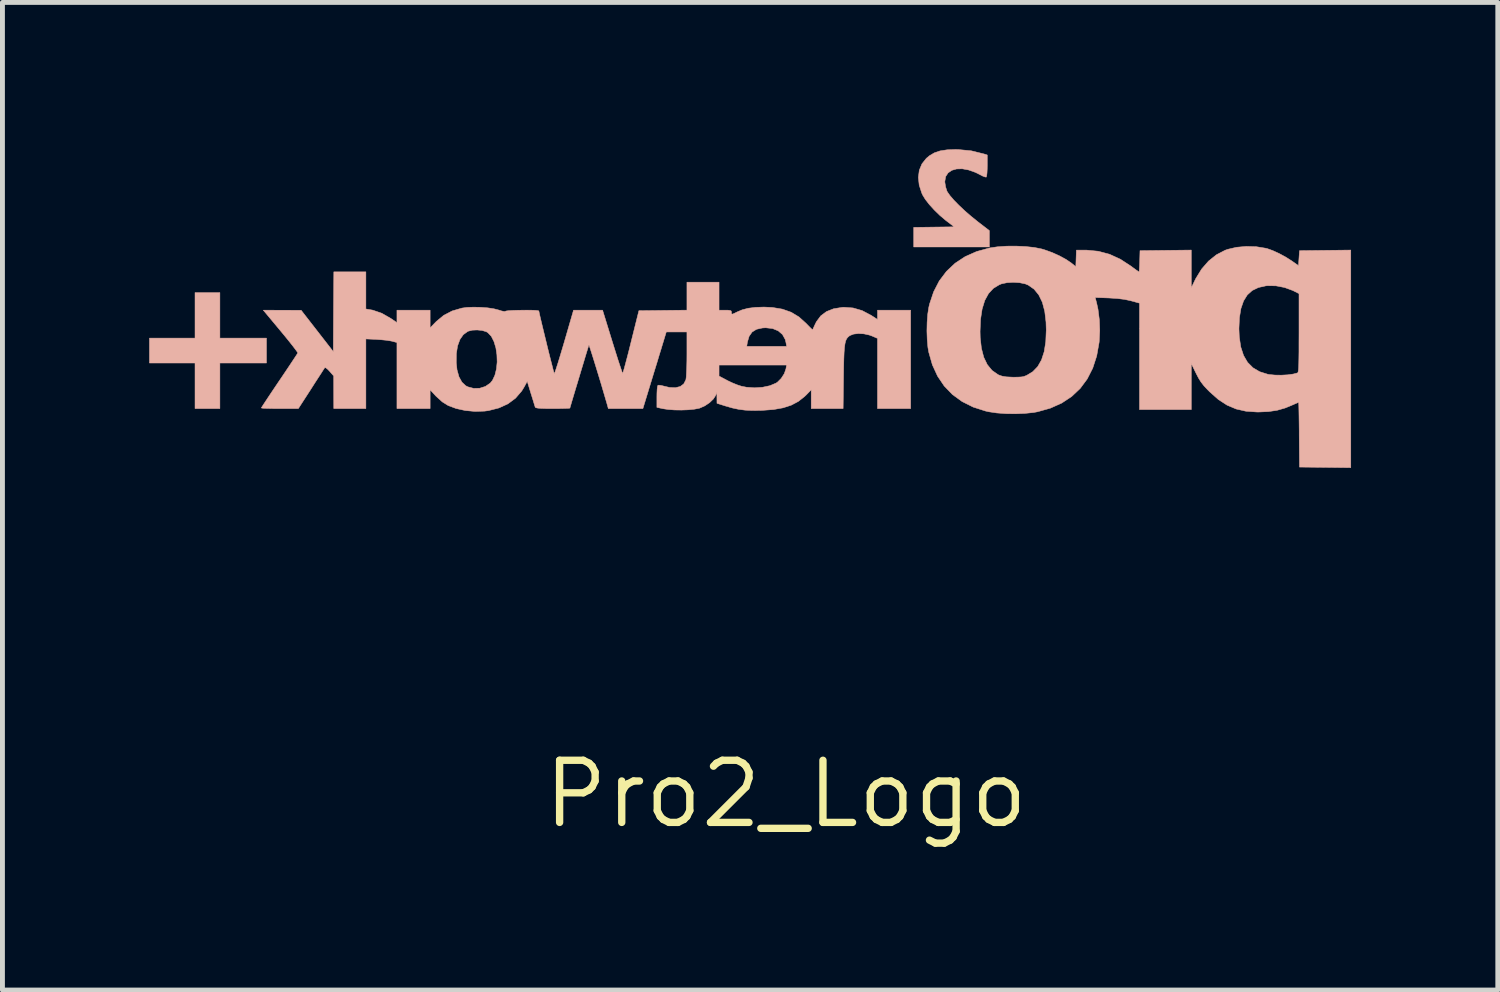
<source format=kicad_pcb>
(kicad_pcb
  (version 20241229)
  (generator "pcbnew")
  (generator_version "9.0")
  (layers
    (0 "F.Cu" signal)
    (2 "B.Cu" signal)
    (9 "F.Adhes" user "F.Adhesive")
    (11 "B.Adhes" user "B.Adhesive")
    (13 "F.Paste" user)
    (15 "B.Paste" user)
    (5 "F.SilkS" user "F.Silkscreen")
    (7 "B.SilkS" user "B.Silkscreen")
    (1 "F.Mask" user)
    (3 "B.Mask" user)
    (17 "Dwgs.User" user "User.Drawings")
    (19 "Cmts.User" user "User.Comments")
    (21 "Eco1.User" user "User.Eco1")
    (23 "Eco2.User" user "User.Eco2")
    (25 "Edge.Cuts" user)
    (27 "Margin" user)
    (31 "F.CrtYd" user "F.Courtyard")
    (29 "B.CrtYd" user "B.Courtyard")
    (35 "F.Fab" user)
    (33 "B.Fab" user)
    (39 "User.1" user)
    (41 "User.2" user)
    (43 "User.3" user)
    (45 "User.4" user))
  (footprint "Pro2_Logo"
    (layer "F.Cu")
    (at 12.514 5.179)
    (property "Reference" "Pro2_Logo" (at 0.5 8 0) (layer "F.SilkS") (effects (font (size 1.27 1.27) (thickness 0.15))))
    (attr through_hole)
    (fp_poly (pts (xy -11.578 -1.318) (xy -12.509 -1.318) (xy -12.509 -0.81) (xy -11.578 -0.81) (xy -11.578 0.121) (xy -11.07 0.121) (xy -11.07 -0.81) (xy -10.118 -0.81) (xy -10.118 -1.318) (xy -11.07 -1.318) (xy -11.07 -2.249) (xy -11.578 -2.249) (xy -11.578 -1.318)) (stroke (width 0.01) (type solid)) (fill yes) (layer "B.SilkS"))
    (fp_poly (pts (xy 3.792 -5.167) (xy 3.65 -5.145) (xy 3.532 -5.105) (xy 3.431 -5.045) (xy 3.369 -4.993) (xy 3.28 -4.881) (xy 3.225 -4.75) (xy 3.206 -4.603) (xy 3.223 -4.445) (xy 3.276 -4.282) (xy 3.295 -4.241) (xy 3.349 -4.153) (xy 3.43 -4.049) (xy 3.531 -3.938) (xy 3.644 -3.828) (xy 3.762 -3.728) (xy 3.792 -3.705) (xy 3.938 -3.593) (xy 3.111 -3.582) (xy 3.111 -3.181) (xy 4.657 -3.181) (xy 4.657 -3.516) (xy 4.429 -3.691) (xy 4.289 -3.804) (xy 4.156 -3.919) (xy 4.036 -4.032) (xy 3.933 -4.137) (xy 3.853 -4.23) (xy 3.8 -4.305) (xy 3.79 -4.324) (xy 3.763 -4.408) (xy 3.748 -4.5) (xy 3.747 -4.521) (xy 3.764 -4.62) (xy 3.813 -4.695) (xy 3.889 -4.748) (xy 3.987 -4.776) (xy 4.104 -4.779) (xy 4.234 -4.755) (xy 4.374 -4.705) (xy 4.462 -4.661) (xy 4.524 -4.629) (xy 4.573 -4.611) (xy 4.594 -4.61) (xy 4.602 -4.635) (xy 4.609 -4.693) (xy 4.613 -4.774) (xy 4.614 -4.842) (xy 4.614 -5.061) (xy 4.546 -5.083) (xy 4.286 -5.147) (xy 4.016 -5.173) (xy 3.967 -5.174) (xy 3.792 -5.167)) (stroke (width 0.01) (type solid)) (fill yes) (layer "B.SilkS"))
    (fp_poly (pts (xy 5.009 -3.198) (xy 4.823 -3.185) (xy 4.66 -3.161) (xy 4.657 -3.16) (xy 4.396 -3.088) (xy 4.162 -2.984) (xy 3.956 -2.848) (xy 3.78 -2.682) (xy 3.633 -2.487) (xy 3.518 -2.264) (xy 3.434 -2.013) (xy 3.418 -1.941) (xy 3.397 -1.804) (xy 3.385 -1.641) (xy 3.381 -1.464) (xy 3.387 -1.29) (xy 3.401 -1.131) (xy 3.418 -1.032) (xy 3.492 -0.773) (xy 3.598 -0.542) (xy 3.735 -0.339) (xy 3.903 -0.165) (xy 4.1 -0.022) (xy 4.326 0.091) (xy 4.579 0.172) (xy 4.646 0.187) (xy 4.806 0.211) (xy 4.992 0.225) (xy 5.189 0.228) (xy 5.383 0.22) (xy 5.559 0.202) (xy 5.641 0.187) (xy 5.902 0.114) (xy 6.135 0.01) (xy 6.339 -0.125) (xy 6.513 -0.289) (xy 6.657 -0.483) (xy 6.77 -0.705) (xy 6.851 -0.954) (xy 6.9 -1.23) (xy 6.902 -1.249) (xy 6.913 -1.468) (xy 6.913 -1.483) (xy 5.82 -1.483) (xy 5.81 -1.245) (xy 5.778 -1.042) (xy 5.723 -0.873) (xy 5.645 -0.736) (xy 5.543 -0.631) (xy 5.417 -0.555) (xy 5.355 -0.532) (xy 5.31 -0.525) (xy 5.237 -0.521) (xy 5.147 -0.52) (xy 5.112 -0.521) (xy 5 -0.527) (xy 4.918 -0.541) (xy 4.854 -0.563) (xy 4.835 -0.572) (xy 4.712 -0.658) (xy 4.615 -0.776) (xy 4.542 -0.928) (xy 4.494 -1.113) (xy 4.47 -1.332) (xy 4.467 -1.455) (xy 4.477 -1.702) (xy 4.509 -1.912) (xy 4.563 -2.088) (xy 4.64 -2.229) (xy 4.739 -2.336) (xy 4.861 -2.41) (xy 4.909 -2.429) (xy 5.02 -2.452) (xy 5.147 -2.459) (xy 5.276 -2.451) (xy 5.391 -2.427) (xy 5.452 -2.402) (xy 5.572 -2.318) (xy 5.667 -2.201) (xy 5.74 -2.051) (xy 5.789 -1.866) (xy 5.815 -1.647) (xy 5.82 -1.483) (xy 6.913 -1.483) (xy 6.905 -1.692) (xy 6.878 -1.906) (xy 6.85 -2.035) (xy 6.82 -2.149) (xy 7.099 -2.139) (xy 7.273 -2.128) (xy 7.418 -2.11) (xy 7.544 -2.083) (xy 7.551 -2.081) (xy 7.726 -2.033) (xy 7.726 0.143) (xy 8.784 0.143) (xy 8.784 -0.328) (xy 8.784 -0.799) (xy 8.882 -0.599) (xy 8.934 -0.499) (xy 8.984 -0.419) (xy 9.043 -0.343) (xy 9.121 -0.26) (xy 9.163 -0.218) (xy 9.337 -0.064) (xy 9.514 0.051) (xy 9.7 0.13) (xy 9.902 0.176) (xy 10.129 0.192) (xy 10.16 0.192) (xy 10.362 0.183) (xy 10.538 0.157) (xy 10.702 0.11) (xy 10.829 0.058) (xy 10.899 0.027) (xy 10.951 0.005) (xy 10.977 -0.005) (xy 10.978 -0.006) (xy 10.98 0.015) (xy 10.982 0.072) (xy 10.984 0.162) (xy 10.986 0.279) (xy 10.988 0.418) (xy 10.99 0.574) (xy 10.99 0.656) (xy 10.996 1.317) (xy 12.044 1.329) (xy 12.044 -2.227) (xy 10.986 -2.227) (xy 10.986 -1.423) (xy 10.985 -1.212) (xy 10.985 -1.04) (xy 10.983 -0.903) (xy 10.981 -0.797) (xy 10.978 -0.719) (xy 10.974 -0.664) (xy 10.968 -0.63) (xy 10.961 -0.612) (xy 10.956 -0.607) (xy 10.868 -0.584) (xy 10.752 -0.568) (xy 10.623 -0.561) (xy 10.494 -0.563) (xy 10.379 -0.574) (xy 10.346 -0.58) (xy 10.181 -0.632) (xy 10.044 -0.713) (xy 9.934 -0.824) (xy 9.852 -0.965) (xy 9.795 -1.139) (xy 9.765 -1.345) (xy 9.758 -1.511) (xy 9.768 -1.735) (xy 9.799 -1.924) (xy 9.853 -2.079) (xy 9.929 -2.201) (xy 10.03 -2.292) (xy 10.157 -2.353) (xy 10.309 -2.387) (xy 10.346 -2.39) (xy 10.515 -2.387) (xy 10.691 -2.353) (xy 10.858 -2.292) (xy 10.88 -2.281) (xy 10.986 -2.227) (xy 12.044 -2.227) (xy 12.044 -3.118) (xy 11.52 -3.112) (xy 10.996 -3.106) (xy 10.975 -2.8) (xy 10.837 -2.897) (xy 10.714 -2.975) (xy 10.581 -3.047) (xy 10.45 -3.107) (xy 10.336 -3.148) (xy 10.308 -3.155) (xy 10.111 -3.187) (xy 9.907 -3.193) (xy 9.708 -3.175) (xy 9.528 -3.133) (xy 9.475 -3.114) (xy 9.298 -3.022) (xy 9.137 -2.893) (xy 8.996 -2.731) (xy 8.877 -2.538) (xy 8.858 -2.5) (xy 8.784 -2.346) (xy 8.784 -3.118) (xy 8.26 -3.112) (xy 7.736 -3.106) (xy 7.73 -2.889) (xy 7.727 -2.799) (xy 7.723 -2.728) (xy 7.719 -2.683) (xy 7.716 -2.673) (xy 7.696 -2.684) (xy 7.651 -2.716) (xy 7.588 -2.762) (xy 7.554 -2.788) (xy 7.335 -2.931) (xy 7.112 -3.033) (xy 6.882 -3.094) (xy 6.643 -3.117) (xy 6.623 -3.117) (xy 6.436 -3.117) (xy 6.43 -2.948) (xy 6.424 -2.779) (xy 6.329 -2.856) (xy 6.224 -2.927) (xy 6.092 -2.999) (xy 5.944 -3.066) (xy 5.795 -3.12) (xy 5.726 -3.141) (xy 5.576 -3.171) (xy 5.398 -3.19) (xy 5.205 -3.199) (xy 5.009 -3.198)) (stroke (width 0.01) (type solid)) (fill yes) (layer "B.SilkS"))
    (fp_poly (pts (xy -8.747 -1.858) (xy -8.752 -1.043) (xy -9.409 -1.888) (xy -10.182 -1.889) (xy -9.827 -1.463) (xy -9.732 -1.348) (xy -9.647 -1.243) (xy -9.576 -1.153) (xy -9.522 -1.082) (xy -9.488 -1.035) (xy -9.478 -1.016) (xy -9.491 -0.993) (xy -9.525 -0.941) (xy -9.577 -0.862) (xy -9.644 -0.761) (xy -9.723 -0.643) (xy -9.811 -0.512) (xy -9.854 -0.449) (xy -9.945 -0.314) (xy -10.028 -0.19) (xy -10.1 -0.082) (xy -10.158 0.006) (xy -10.199 0.069) (xy -10.221 0.104) (xy -10.223 0.109) (xy -10.203 0.113) (xy -10.148 0.117) (xy -10.063 0.119) (xy -9.956 0.121) (xy -9.845 0.121) (xy -9.466 0.121) (xy -9.204 -0.284) (xy -9.129 -0.402) (xy -9.06 -0.508) (xy -9.002 -0.597) (xy -8.959 -0.665) (xy -8.933 -0.705) (xy -8.927 -0.713) (xy -8.905 -0.712) (xy -8.864 -0.679) (xy -8.828 -0.641) (xy -8.744 -0.545) (xy -8.743 -0.212) (xy -8.742 0.121) (xy -8.086 0.121) (xy -8.086 -1.302) (xy -7.869 -1.292) (xy -7.764 -1.284) (xy -7.663 -1.274) (xy -7.581 -1.261) (xy -7.551 -1.255) (xy -7.451 -1.228) (xy -7.451 0.121) (xy -6.773 0.121) (xy -6.773 -0.262) (xy -6.655 -0.134) (xy -6.524 -0.015) (xy -6.405 0.059) (xy -6.242 0.12) (xy -6.056 0.161) (xy -5.858 0.18) (xy -5.662 0.174) (xy -5.579 0.163) (xy -5.367 0.109) (xy -5.183 0.025) (xy -5.028 -0.09) (xy -4.902 -0.236) (xy -4.85 -0.321) (xy -4.788 -0.435) (xy -4.711 -0.183) (xy -4.68 -0.085) (xy -4.654 0.001) (xy -4.635 0.063) (xy -4.625 0.094) (xy -4.624 0.095) (xy -4.609 0.105) (xy -4.569 0.113) (xy -4.498 0.118) (xy -4.394 0.121) (xy -4.266 0.121) (xy -4.149 0.121) (xy -4.049 0.119) (xy -3.973 0.117) (xy -3.926 0.114) (xy -3.916 0.111) (xy -3.91 0.09) (xy -3.894 0.035) (xy -3.869 -0.05) (xy -3.837 -0.157) (xy -3.8 -0.281) (xy -3.759 -0.416) (xy -3.717 -0.556) (xy -3.675 -0.696) (xy -3.635 -0.828) (xy -3.599 -0.949) (xy -3.568 -1.05) (xy -3.544 -1.127) (xy -3.53 -1.174) (xy -3.528 -1.179) (xy -3.521 -1.163) (xy -3.504 -1.113) (xy -3.478 -1.033) (xy -3.445 -0.929) (xy -3.407 -0.806) (xy -3.365 -0.67) (xy -3.321 -0.526) (xy -3.277 -0.381) (xy -3.235 -0.238) (xy -3.196 -0.105) (xy -3.161 0.014) (xy -3.15 0.053) (xy -3.131 0.121) (xy -2.777 0.121) (xy -2.424 0.121) (xy -2.235 -0.498) (xy -2.185 -0.662) (xy -2.136 -0.82) (xy -2.092 -0.967) (xy -2.052 -1.096) (xy -2.021 -1.199) (xy -1.999 -1.27) (xy -1.996 -1.281) (xy -1.946 -1.445) (xy -1.524 -1.445) (xy -1.524 -0.995) (xy -1.525 -0.853) (xy -1.528 -0.723) (xy -1.533 -0.61) (xy -1.538 -0.524) (xy -1.545 -0.471) (xy -1.547 -0.465) (xy -1.589 -0.383) (xy -1.66 -0.33) (xy -1.759 -0.305) (xy -1.88 -0.31) (xy -1.986 -0.335) (xy -2.051 -0.351) (xy -2.1 -0.357) (xy -2.117 -0.354) (xy -2.126 -0.329) (xy -2.133 -0.271) (xy -2.137 -0.19) (xy -2.138 -0.122) (xy -2.138 0.097) (xy -2.016 0.124) (xy -1.909 0.14) (xy -1.779 0.15) (xy -1.639 0.152) (xy -1.501 0.147) (xy -1.377 0.135) (xy -1.281 0.117) (xy -1.265 0.113) (xy -1.159 0.066) (xy -1.061 0.000382) (xy -0.983 -0.075) (xy -0.94 -0.142) (xy -0.912 -0.207) (xy -0.911 -0.096) (xy -0.91 0.014) (xy -0.743 0.067) (xy -0.598 0.109) (xy -0.466 0.137) (xy -0.334 0.154) (xy -0.188 0.161) (xy -0.016 0.159) (xy 0.018 0.158) (xy 0.247 0.141) (xy 0.442 0.106) (xy 0.608 0.052) (xy 0.752 -0.024) (xy 0.878 -0.123) (xy 0.914 -0.157) (xy 1.016 -0.262) (xy 1.016 0.121) (xy 1.668 0.121) (xy 1.676 -0.529) (xy 1.679 -0.731) (xy 1.68 -0.768) (xy 0.513 -0.768) (xy 0.499 -0.688) (xy 0.465 -0.591) (xy 0.403 -0.495) (xy 0.326 -0.418) (xy 0.297 -0.399) (xy 0.172 -0.346) (xy 0.022 -0.314) (xy -0.142 -0.303) (xy -0.308 -0.315) (xy -0.41 -0.335) (xy -0.493 -0.362) (xy -0.592 -0.402) (xy -0.69 -0.448) (xy -0.704 -0.456) (xy -0.868 -0.543) (xy -0.868 -0.768) (xy 0.513 -0.768) (xy 1.68 -0.768) (xy 1.683 -0.894) (xy 1.688 -1.024) (xy 1.696 -1.125) (xy 1.699 -1.149) (xy 0.514 -1.149) (xy -0.302 -1.149) (xy -0.288 -1.238) (xy -0.253 -1.356) (xy -0.192 -1.443) (xy -0.102 -1.499) (xy 0.018 -1.526) (xy 0.086 -1.53) (xy 0.227 -1.514) (xy 0.342 -1.467) (xy 0.429 -1.392) (xy 0.485 -1.29) (xy 0.501 -1.223) (xy 0.514 -1.149) (xy 1.699 -1.149) (xy 1.706 -1.202) (xy 1.72 -1.26) (xy 1.738 -1.302) (xy 1.761 -1.333) (xy 1.79 -1.359) (xy 1.811 -1.373) (xy 1.884 -1.401) (xy 1.982 -1.412) (xy 2.092 -1.406) (xy 2.201 -1.382) (xy 2.26 -1.361) (xy 2.371 -1.313) (xy 2.371 0.121) (xy 3.048 0.121) (xy 3.048 -1.889) (xy 2.371 -1.889) (xy 2.371 -1.7) (xy 2.239 -1.785) (xy 2.057 -1.881) (xy 1.872 -1.935) (xy 1.682 -1.949) (xy 1.651 -1.947) (xy 1.475 -1.919) (xy 1.328 -1.861) (xy 1.211 -1.773) (xy 1.123 -1.655) (xy 1.101 -1.611) (xy 1.072 -1.549) (xy 1.052 -1.505) (xy 1.045 -1.49) (xy 1.029 -1.501) (xy 0.992 -1.537) (xy 0.939 -1.591) (xy 0.909 -1.622) (xy 0.766 -1.751) (xy 0.607 -1.847) (xy 0.426 -1.911) (xy 0.221 -1.945) (xy 0.05 -1.953) (xy -0.126 -1.947) (xy -0.271 -1.929) (xy -0.394 -1.897) (xy -0.494 -1.855) (xy -0.559 -1.823) (xy -0.595 -1.809) (xy -0.61 -1.812) (xy -0.614 -1.832) (xy -0.614 -1.847) (xy -0.618 -1.871) (xy -0.639 -1.883) (xy -0.685 -1.889) (xy -0.741 -1.889) (xy -0.868 -1.889) (xy -0.868 -2.461) (xy -1.524 -2.461) (xy -1.524 -1.89) (xy -2.506 -1.879) (xy -2.666 -1.238) (xy -2.705 -1.081) (xy -2.742 -0.937) (xy -2.775 -0.813) (xy -2.802 -0.712) (xy -2.823 -0.641) (xy -2.835 -0.603) (xy -2.838 -0.598) (xy -2.847 -0.618) (xy -2.866 -0.673) (xy -2.895 -0.759) (xy -2.932 -0.871) (xy -2.974 -1.004) (xy -3.021 -1.154) (xy -3.049 -1.244) (xy -3.248 -1.889) (xy -3.545 -1.889) (xy -3.842 -1.889) (xy -4.032 -1.234) (xy -4.079 -1.076) (xy -4.122 -0.933) (xy -4.16 -0.809) (xy -4.192 -0.709) (xy -4.216 -0.638) (xy -4.232 -0.599) (xy -4.236 -0.594) (xy -4.243 -0.617) (xy -4.259 -0.674) (xy -4.281 -0.761) (xy -4.299 -0.831) (xy -5.403 -0.831) (xy -5.417 -0.689) (xy -5.449 -0.56) (xy -5.499 -0.454) (xy -5.544 -0.399) (xy -5.643 -0.331) (xy -5.76 -0.294) (xy -5.883 -0.291) (xy -6 -0.322) (xy -6.044 -0.344) (xy -6.123 -0.418) (xy -6.183 -0.527) (xy -6.223 -0.67) (xy -6.239 -0.816) (xy -6.237 -1) (xy -6.212 -1.159) (xy -6.164 -1.29) (xy -6.095 -1.389) (xy -6.006 -1.454) (xy -5.993 -1.46) (xy -5.91 -1.481) (xy -5.81 -1.485) (xy -5.711 -1.475) (xy -5.627 -1.45) (xy -5.594 -1.431) (xy -5.522 -1.355) (xy -5.468 -1.248) (xy -5.429 -1.119) (xy -5.408 -0.977) (xy -5.403 -0.831) (xy -4.299 -0.831) (xy -4.309 -0.87) (xy -4.341 -0.996) (xy -4.375 -1.133) (xy -4.409 -1.274) (xy -4.443 -1.413) (xy -4.475 -1.545) (xy -4.503 -1.662) (xy -4.526 -1.759) (xy -4.542 -1.831) (xy -4.55 -1.87) (xy -4.551 -1.874) (xy -4.571 -1.881) (xy -4.624 -1.886) (xy -4.702 -1.889) (xy -4.797 -1.89) (xy -4.9 -1.889) (xy -5.002 -1.887) (xy -5.095 -1.884) (xy -5.17 -1.879) (xy -5.218 -1.873) (xy -5.232 -1.868) (xy -5.255 -1.862) (xy -5.31 -1.873) (xy -5.366 -1.891) (xy -5.466 -1.917) (xy -5.595 -1.937) (xy -5.74 -1.948) (xy -5.886 -1.951) (xy -6.022 -1.946) (xy -6.123 -1.932) (xy -6.322 -1.874) (xy -6.496 -1.783) (xy -6.647 -1.658) (xy -6.648 -1.657) (xy -6.773 -1.528) (xy -6.773 -1.889) (xy -7.451 -1.889) (xy -7.451 -1.635) (xy -7.578 -1.722) (xy -7.762 -1.827) (xy -7.946 -1.89) (xy -7.996 -1.899) (xy -8.086 -1.914) (xy -8.086 -2.673) (xy -8.741 -2.673) (xy -8.747 -1.858)) (stroke (width 0.01) (type solid)) (fill yes) (layer "B.SilkS")))
  (gr_rect
    (start -3 -3)
    (end 27.563 17.185)
    (stroke (width 0.1) (type default))
    (fill no)
    (layer "Edge.Cuts")))
</source>
